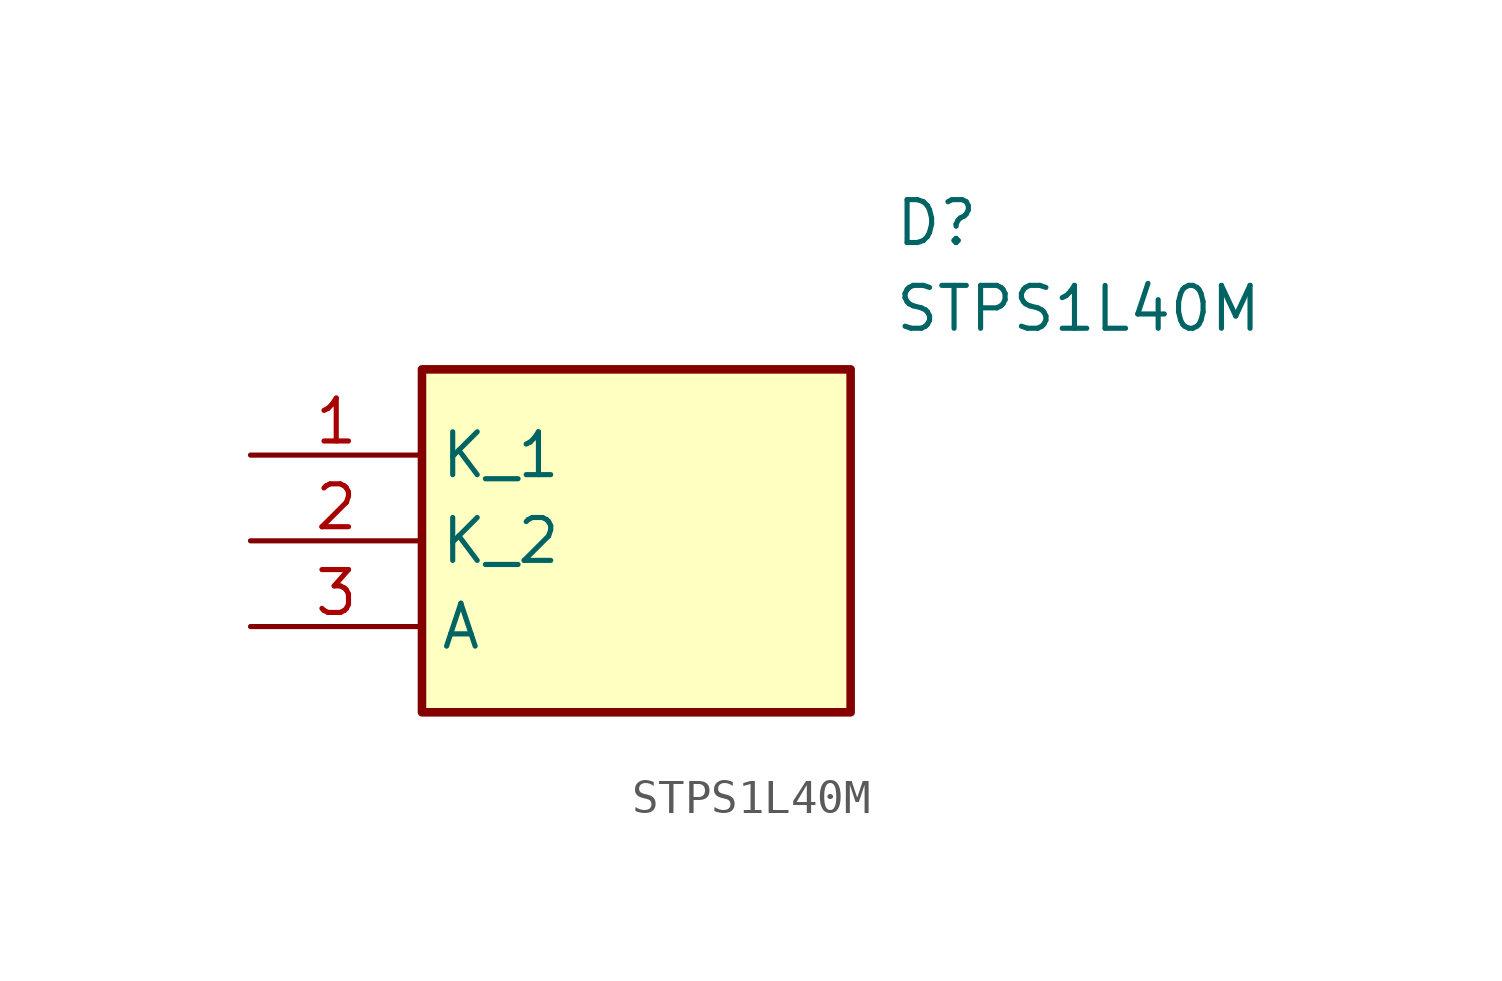
<source format=kicad_sym>
(kicad_symbol_lib
  (version 20211014)
  (generator SamacSys_ECAD_Model)
  (symbol "STPS1L40M"
    (property "Reference" "D"
      (at 19.05 7.62 0)
      (effects (font (size 1.27 1.27)) (justify left top)))
    (property "Value" "STPS1L40M"
      (at 19.05 5.08 0)
      (effects (font (size 1.27 1.27)) (justify left top)))
    (rectangle
      (start 5.08 2.54)
      (end 17.78 -7.62)
      (stroke (width 0.254) (type default))
      (fill (type background)))
    (pin passive line
      (at 0 0 0)
      (length 5.08)
      (name "K_1" (effects (font (size 1.27 1.27))))
      (number "1" (effects (font (size 1.27 1.27)))))
    (pin passive line
      (at 0 -2.54 0)
      (length 5.08)
      (name "K_2" (effects (font (size 1.27 1.27))))
      (number "2" (effects (font (size 1.27 1.27)))))
    (pin passive line
      (at 0 -5.08 0)
      (length 5.08)
      (name "A" (effects (font (size 1.27 1.27))))
      (number "3" (effects (font (size 1.27 1.27)))))))
</source>
